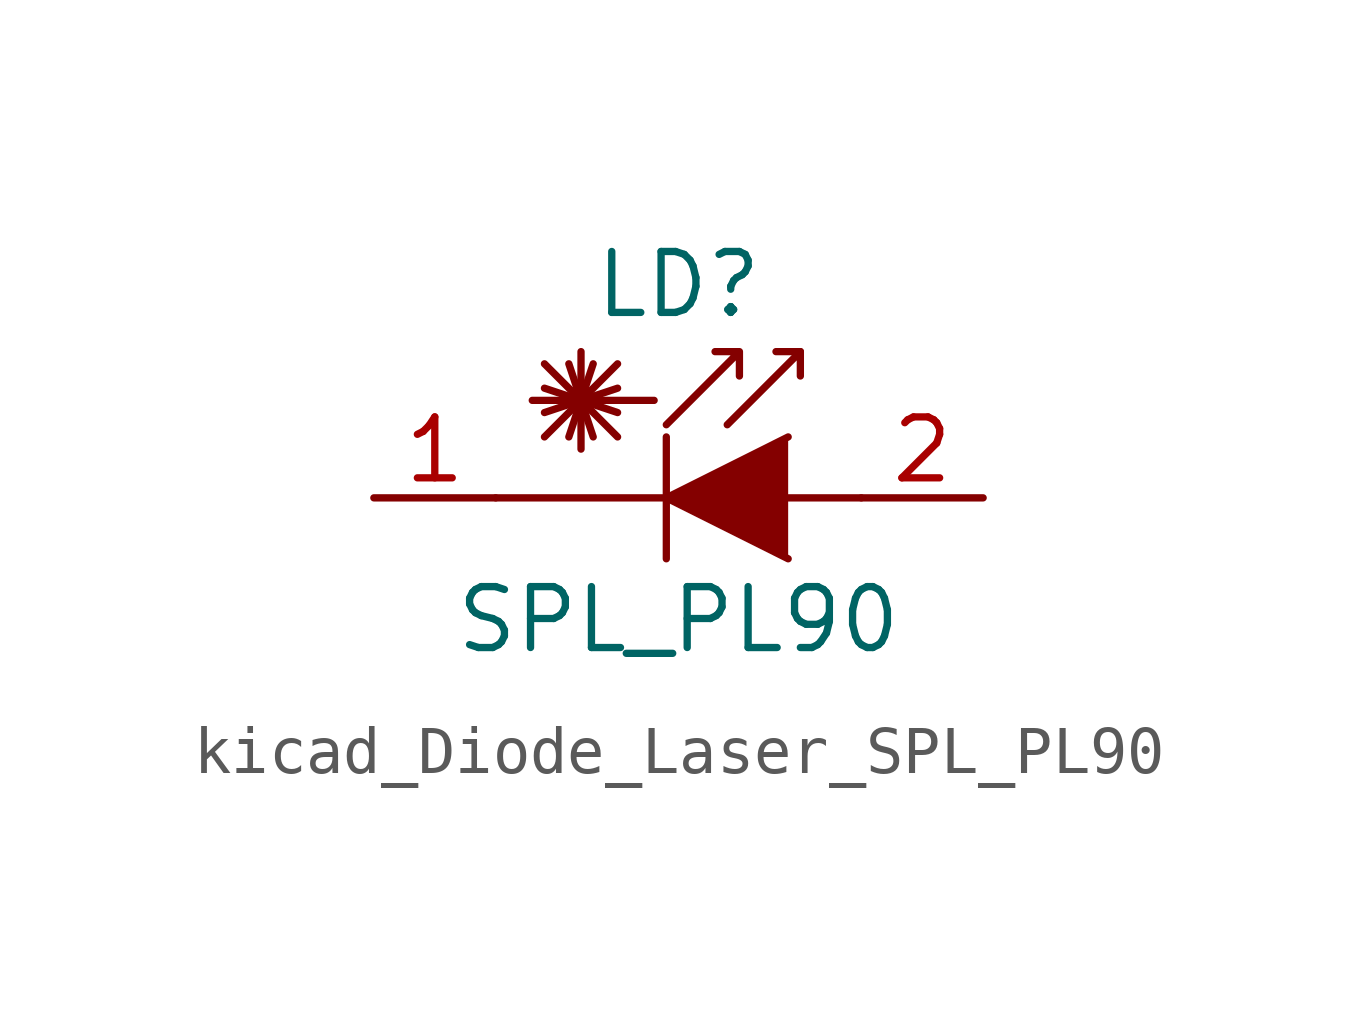
<source format=kicad_sym>
(kicad_symbol_lib
  (version 20220914)
  (generator kicad_symbol_editor)
  (symbol "kicad_Diode_Laser_SPL_PL90"
    (pin_names
      (offset 1.016) hide)
    (property "Reference" "LD"
      (at -1.27 4.445 0)
      (effects (font (size 1.27 1.27))))
    (property "Value" "SPL_PL90"
      (at -1.27 -2.54 0)
      (effects (font (size 1.27 1.27))))
    (symbol "kicad_Diode_Laser_SPL_PL90_0_1"
      (polyline (pts (xy -4.064 1.27) (xy -2.54 2.794)) (stroke (width 0) (type default)) (fill (type none)))
      (polyline (pts (xy -4.064 1.778) (xy -2.54 2.286)) (stroke (width 0) (type default)) (fill (type none)))
      (polyline (pts (xy -4.064 2.286) (xy -2.54 1.778)) (stroke (width 0) (type default)) (fill (type none)))
      (polyline (pts (xy -4.064 2.794) (xy -2.54 1.27)) (stroke (width 0) (type default)) (fill (type none)))
      (polyline (pts (xy -3.556 2.794) (xy -3.048 1.27)) (stroke (width 0) (type default)) (fill (type none)))
      (polyline (pts (xy -3.302 2.032) (xy -3.302 1.016)) (stroke (width 0) (type default)) (fill (type none)))
      (polyline (pts (xy -3.302 2.032) (xy -3.302 3.048)) (stroke (width 0) (type default)) (fill (type none)))
      (polyline (pts (xy -3.048 2.794) (xy -3.556 1.27)) (stroke (width 0) (type default)) (fill (type none)))
      (polyline (pts (xy -1.778 2.032) (xy -4.318 2.032)) (stroke (width 0) (type default)) (fill (type none)))
      (polyline (pts (xy -1.524 1.27) (xy -1.524 -1.27)) (stroke (width 0.152) (type default)) (fill (type none)))
      (polyline (pts (xy 1.27 3.048) (xy 0.762 3.048)) (stroke (width 0) (type default)) (fill (type none)))
      (polyline (pts (xy 2.54 0) (xy -5.08 0)) (stroke (width 0) (type default)) (fill (type none)))
      (polyline (pts (xy -0.254 1.524) (xy 1.27 3.048) (xy 1.27 2.54)) (stroke (width 0) (type default)) (fill (type none)))
      (polyline (pts (xy 1.016 1.27) (xy -1.524 0) (xy 1.016 -1.27)) (stroke (width 0) (type default)) (fill (type outline)))
      (polyline (pts (xy -1.524 1.524) (xy 0 3.048) (xy 0 2.54) (xy 0 3.048) (xy -0.508 3.048)) (stroke (width 0) (type default)) (fill (type none))))
    (symbol "kicad_Diode_Laser_SPL_PL90_1_1"
      (pin passive line (at -7.62 0 0) (length 2.54) (name "C" (effects (font (size 1.27 1.27)))) (number "1" (effects (font (size 1.27 1.27)))))
      (pin passive line (at 5.08 0 180) (length 2.54) (name "A" (effects (font (size 1.27 1.27)))) (number "2" (effects (font (size 1.27 1.27))))))))
</source>
